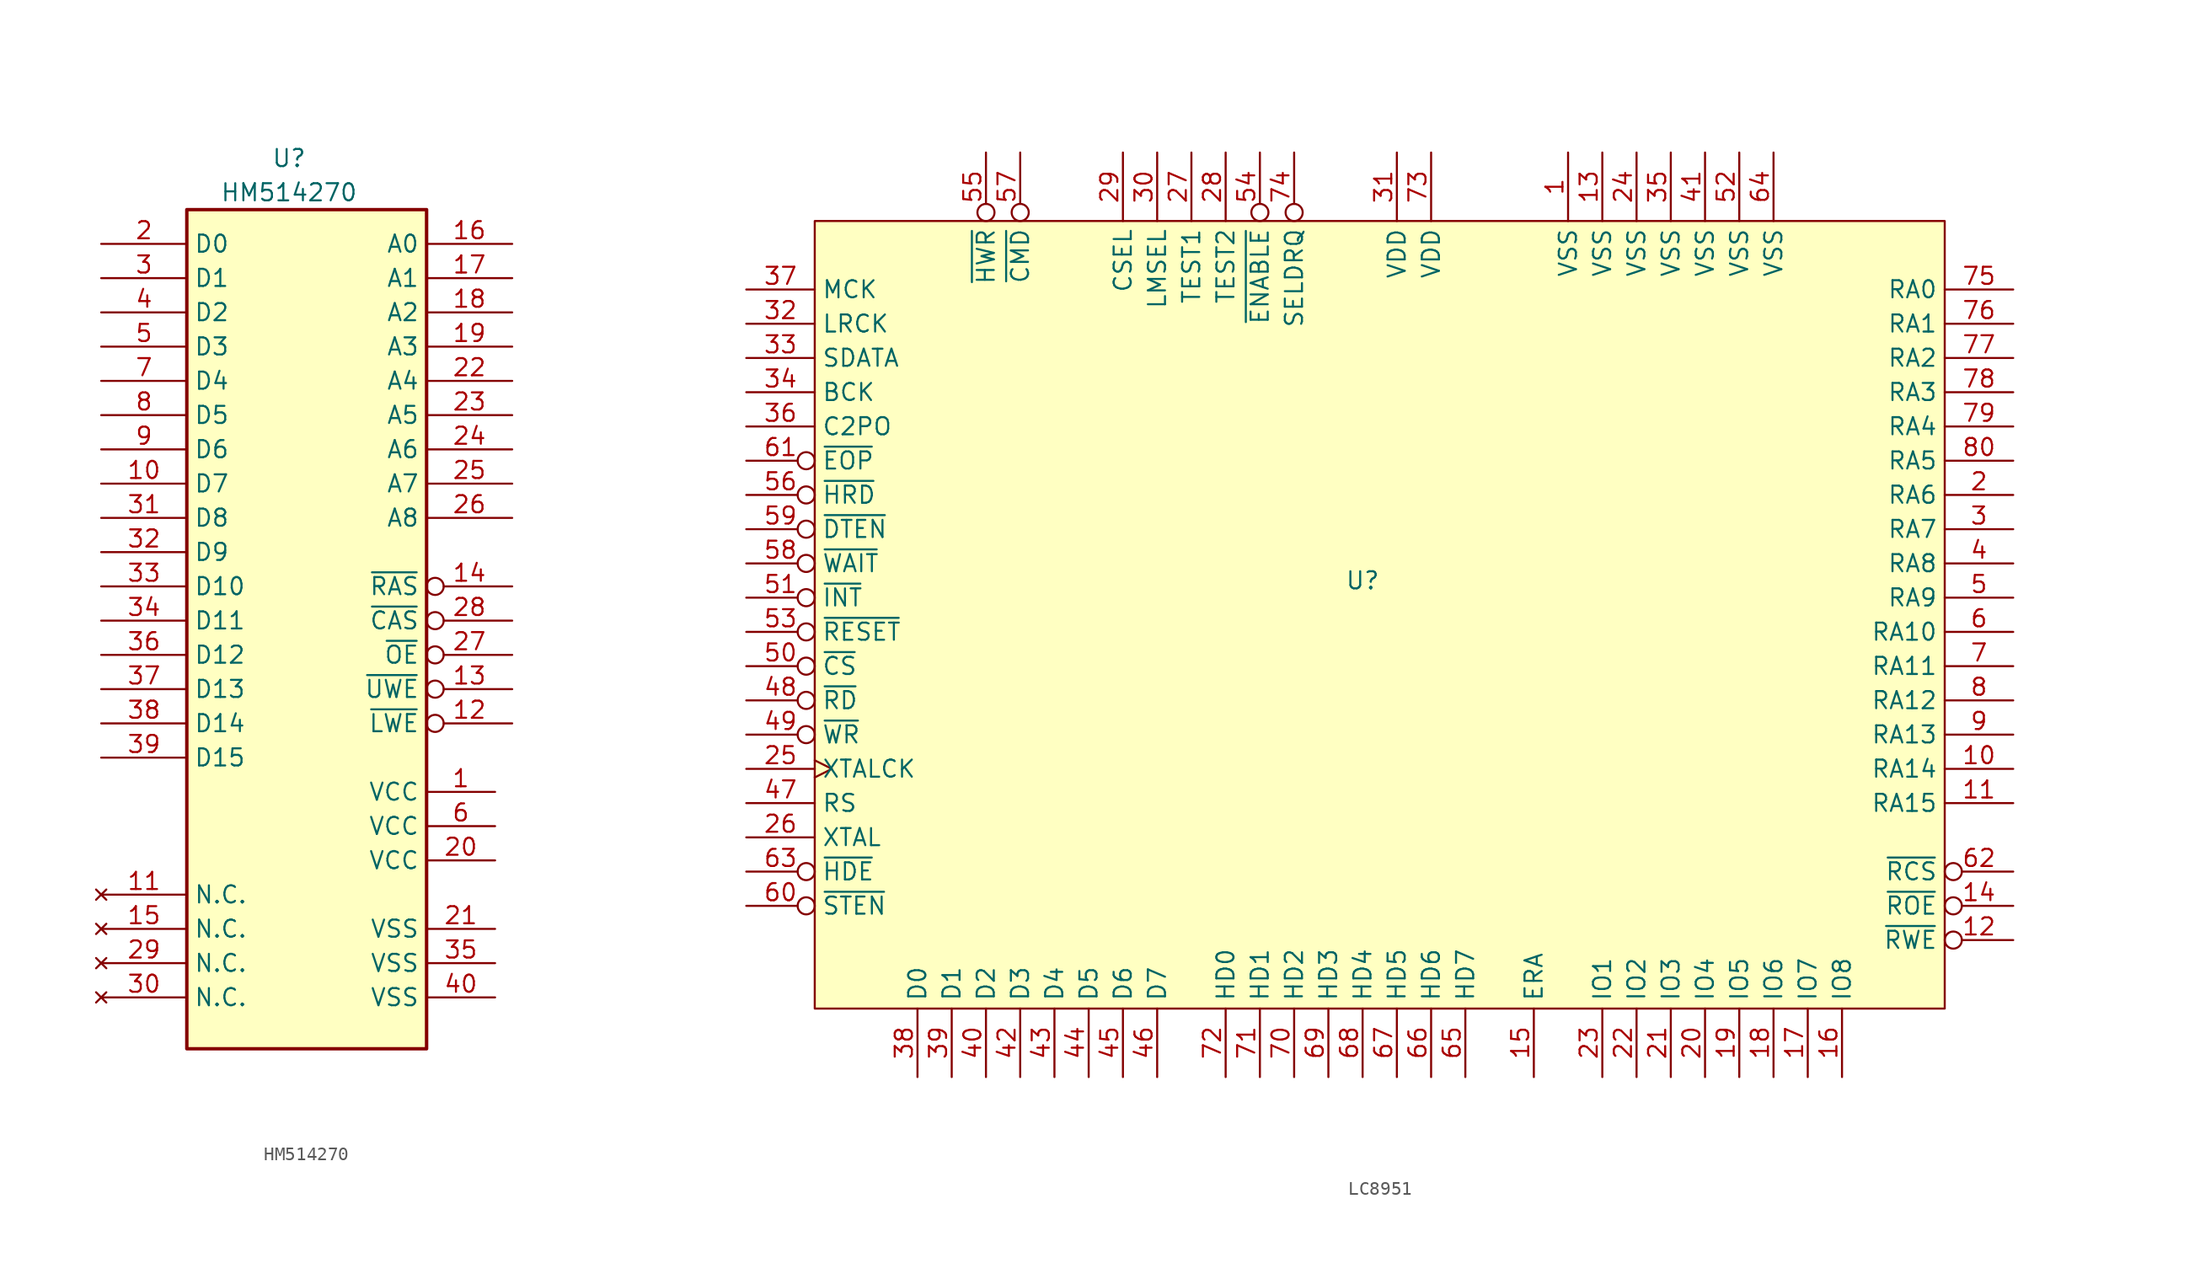
<source format=kicad_sym>
(kicad_symbol_lib
  (version 20220914)
  (generator kicad_symbol_editor)
  (symbol "HM514270"
    (property "Reference" "U"
      (at 0 36.83 0)
      (effects (font (size 1.27 1.27)) (justify right)))
    (property "Value" "HM514270"
      (at 3.81 34.29 0)
      (effects (font (size 1.27 1.27)) (justify right)))
    (symbol "HM514270_0_1"
      (rectangle (start -8.89 33.02) (end 8.89 -29.21) (stroke (width 0.254) (type default)) (fill (type background))))
    (symbol "HM514270_1_1"
      (pin power_in line (at 13.97 -10.16 180) (length 5.08) (name "VCC" (effects (font (size 1.27 1.27)))) (number "1" (effects (font (size 1.27 1.27)))))
      (pin tri_state line (at -15.24 12.7 0) (length 6.35) (name "D7" (effects (font (size 1.27 1.27)))) (number "10" (effects (font (size 1.27 1.27)))))
      (pin no_connect line (at -15.24 -17.78 0) (length 6.35) (name "N.C." (effects (font (size 1.27 1.27)))) (number "11" (effects (font (size 1.27 1.27)))))
      (pin input inverted (at 15.24 -5.08 180) (length 6.35) (name "~{LWE}" (effects (font (size 1.27 1.27)))) (number "12" (effects (font (size 1.27 1.27)))))
      (pin input inverted (at 15.24 -2.54 180) (length 6.35) (name "~{UWE}" (effects (font (size 1.27 1.27)))) (number "13" (effects (font (size 1.27 1.27)))))
      (pin input inverted (at 15.24 5.08 180) (length 6.35) (name "~{RAS}" (effects (font (size 1.27 1.27)))) (number "14" (effects (font (size 1.27 1.27)))))
      (pin no_connect line (at -15.24 -20.32 0) (length 6.35) (name "N.C." (effects (font (size 1.27 1.27)))) (number "15" (effects (font (size 1.27 1.27)))))
      (pin input line (at 15.24 30.48 180) (length 6.35) (name "A0" (effects (font (size 1.27 1.27)))) (number "16" (effects (font (size 1.27 1.27)))))
      (pin input line (at 15.24 27.94 180) (length 6.35) (name "A1" (effects (font (size 1.27 1.27)))) (number "17" (effects (font (size 1.27 1.27)))))
      (pin input line (at 15.24 25.4 180) (length 6.35) (name "A2" (effects (font (size 1.27 1.27)))) (number "18" (effects (font (size 1.27 1.27)))))
      (pin input line (at 15.24 22.86 180) (length 6.35) (name "A3" (effects (font (size 1.27 1.27)))) (number "19" (effects (font (size 1.27 1.27)))))
      (pin tri_state line (at -15.24 30.48 0) (length 6.35) (name "D0" (effects (font (size 1.27 1.27)))) (number "2" (effects (font (size 1.27 1.27)))))
      (pin power_in line (at 13.97 -15.24 180) (length 5.08) (name "VCC" (effects (font (size 1.27 1.27)))) (number "20" (effects (font (size 1.27 1.27)))))
      (pin power_in line (at 13.97 -20.32 180) (length 5.08) (name "VSS" (effects (font (size 1.27 1.27)))) (number "21" (effects (font (size 1.27 1.27)))))
      (pin input line (at 15.24 20.32 180) (length 6.35) (name "A4" (effects (font (size 1.27 1.27)))) (number "22" (effects (font (size 1.27 1.27)))))
      (pin input line (at 15.24 17.78 180) (length 6.35) (name "A5" (effects (font (size 1.27 1.27)))) (number "23" (effects (font (size 1.27 1.27)))))
      (pin input line (at 15.24 15.24 180) (length 6.35) (name "A6" (effects (font (size 1.27 1.27)))) (number "24" (effects (font (size 1.27 1.27)))))
      (pin input line (at 15.24 12.7 180) (length 6.35) (name "A7" (effects (font (size 1.27 1.27)))) (number "25" (effects (font (size 1.27 1.27)))))
      (pin input line (at 15.24 10.16 180) (length 6.35) (name "A8" (effects (font (size 1.27 1.27)))) (number "26" (effects (font (size 1.27 1.27)))))
      (pin input inverted (at 15.24 0 180) (length 6.35) (name "~{OE}" (effects (font (size 1.27 1.27)))) (number "27" (effects (font (size 1.27 1.27)))))
      (pin input inverted (at 15.24 2.54 180) (length 6.35) (name "~{CAS}" (effects (font (size 1.27 1.27)))) (number "28" (effects (font (size 1.27 1.27)))))
      (pin no_connect line (at -15.24 -22.86 0) (length 6.35) (name "N.C." (effects (font (size 1.27 1.27)))) (number "29" (effects (font (size 1.27 1.27)))))
      (pin tri_state line (at -15.24 27.94 0) (length 6.35) (name "D1" (effects (font (size 1.27 1.27)))) (number "3" (effects (font (size 1.27 1.27)))))
      (pin no_connect line (at -15.24 -25.4 0) (length 6.35) (name "N.C." (effects (font (size 1.27 1.27)))) (number "30" (effects (font (size 1.27 1.27)))))
      (pin tri_state line (at -15.24 10.16 0) (length 6.35) (name "D8" (effects (font (size 1.27 1.27)))) (number "31" (effects (font (size 1.27 1.27)))))
      (pin tri_state line (at -15.24 7.62 0) (length 6.35) (name "D9" (effects (font (size 1.27 1.27)))) (number "32" (effects (font (size 1.27 1.27)))))
      (pin tri_state line (at -15.24 5.08 0) (length 6.35) (name "D10" (effects (font (size 1.27 1.27)))) (number "33" (effects (font (size 1.27 1.27)))))
      (pin tri_state line (at -15.24 2.54 0) (length 6.35) (name "D11" (effects (font (size 1.27 1.27)))) (number "34" (effects (font (size 1.27 1.27)))))
      (pin power_in line (at 13.97 -22.86 180) (length 5.08) (name "VSS" (effects (font (size 1.27 1.27)))) (number "35" (effects (font (size 1.27 1.27)))))
      (pin tri_state line (at -15.24 0 0) (length 6.35) (name "D12" (effects (font (size 1.27 1.27)))) (number "36" (effects (font (size 1.27 1.27)))))
      (pin tri_state line (at -15.24 -2.54 0) (length 6.35) (name "D13" (effects (font (size 1.27 1.27)))) (number "37" (effects (font (size 1.27 1.27)))))
      (pin tri_state line (at -15.24 -5.08 0) (length 6.35) (name "D14" (effects (font (size 1.27 1.27)))) (number "38" (effects (font (size 1.27 1.27)))))
      (pin tri_state line (at -15.24 -7.62 0) (length 6.35) (name "D15" (effects (font (size 1.27 1.27)))) (number "39" (effects (font (size 1.27 1.27)))))
      (pin tri_state line (at -15.24 25.4 0) (length 6.35) (name "D2" (effects (font (size 1.27 1.27)))) (number "4" (effects (font (size 1.27 1.27)))))
      (pin power_in line (at 13.97 -25.4 180) (length 5.08) (name "VSS" (effects (font (size 1.27 1.27)))) (number "40" (effects (font (size 1.27 1.27)))))
      (pin tri_state line (at -15.24 22.86 0) (length 6.35) (name "D3" (effects (font (size 1.27 1.27)))) (number "5" (effects (font (size 1.27 1.27)))))
      (pin power_in line (at 13.97 -12.7 180) (length 5.08) (name "VCC" (effects (font (size 1.27 1.27)))) (number "6" (effects (font (size 1.27 1.27)))))
      (pin tri_state line (at -15.24 20.32 0) (length 6.35) (name "D4" (effects (font (size 1.27 1.27)))) (number "7" (effects (font (size 1.27 1.27)))))
      (pin tri_state line (at -15.24 17.78 0) (length 6.35) (name "D5" (effects (font (size 1.27 1.27)))) (number "8" (effects (font (size 1.27 1.27)))))
      (pin tri_state line (at -15.24 15.24 0) (length 6.35) (name "D6" (effects (font (size 1.27 1.27)))) (number "9" (effects (font (size 1.27 1.27)))))))
  (symbol "LC8951"
    (property "Reference" "U"
      (at 0 3.81 0)
      (effects (font (size 1.27 1.27))))
    (property "Value" ""
      (at 0 0 0)
      (effects (font (size 1.27 1.27))))
    (symbol "LC8951_1_1"
      (rectangle (start -40.64 30.48) (end 43.18 -27.94) (stroke (width 0) (type default)) (fill (type background)))
      (pin power_in line (at 15.24 35.56 270) (length 5.08) (name "VSS" (effects (font (size 1.27 1.27)))) (number "1" (effects (font (size 1.27 1.27)))))
      (pin output line (at 48.26 -10.16 180) (length 5.08) (name "RA14" (effects (font (size 1.27 1.27)))) (number "10" (effects (font (size 1.27 1.27)))))
      (pin output line (at 48.26 -12.7 180) (length 5.08) (name "RA15" (effects (font (size 1.27 1.27)))) (number "11" (effects (font (size 1.27 1.27)))))
      (pin output inverted (at 48.26 -22.86 180) (length 5.08) (name "~{RWE}" (effects (font (size 1.27 1.27)))) (number "12" (effects (font (size 1.27 1.27)))))
      (pin power_in line (at 17.78 35.56 270) (length 5.08) (name "VSS" (effects (font (size 1.27 1.27)))) (number "13" (effects (font (size 1.27 1.27)))))
      (pin output inverted (at 48.26 -20.32 180) (length 5.08) (name "~{ROE}" (effects (font (size 1.27 1.27)))) (number "14" (effects (font (size 1.27 1.27)))))
      (pin passive line (at 12.7 -33.02 90) (length 5.08) (name "ERA" (effects (font (size 1.27 1.27)))) (number "15" (effects (font (size 1.27 1.27)))))
      (pin bidirectional line (at 35.56 -33.02 90) (length 5.08) (name "IO8" (effects (font (size 1.27 1.27)))) (number "16" (effects (font (size 1.27 1.27)))))
      (pin bidirectional line (at 33.02 -33.02 90) (length 5.08) (name "IO7" (effects (font (size 1.27 1.27)))) (number "17" (effects (font (size 1.27 1.27)))))
      (pin bidirectional line (at 30.48 -33.02 90) (length 5.08) (name "IO6" (effects (font (size 1.27 1.27)))) (number "18" (effects (font (size 1.27 1.27)))))
      (pin bidirectional line (at 27.94 -33.02 90) (length 5.08) (name "IO5" (effects (font (size 1.27 1.27)))) (number "19" (effects (font (size 1.27 1.27)))))
      (pin output line (at 48.26 10.16 180) (length 5.08) (name "RA6" (effects (font (size 1.27 1.27)))) (number "2" (effects (font (size 1.27 1.27)))))
      (pin bidirectional line (at 25.4 -33.02 90) (length 5.08) (name "IO4" (effects (font (size 1.27 1.27)))) (number "20" (effects (font (size 1.27 1.27)))))
      (pin bidirectional line (at 22.86 -33.02 90) (length 5.08) (name "IO3" (effects (font (size 1.27 1.27)))) (number "21" (effects (font (size 1.27 1.27)))))
      (pin bidirectional line (at 20.32 -33.02 90) (length 5.08) (name "IO2" (effects (font (size 1.27 1.27)))) (number "22" (effects (font (size 1.27 1.27)))))
      (pin bidirectional line (at 17.78 -33.02 90) (length 5.08) (name "IO1" (effects (font (size 1.27 1.27)))) (number "23" (effects (font (size 1.27 1.27)))))
      (pin power_in line (at 20.32 35.56 270) (length 5.08) (name "VSS" (effects (font (size 1.27 1.27)))) (number "24" (effects (font (size 1.27 1.27)))))
      (pin input clock (at -45.72 -10.16 0) (length 5.08) (name "XTALCK" (effects (font (size 1.27 1.27)))) (number "25" (effects (font (size 1.27 1.27)))))
      (pin input line (at -45.72 -15.24 0) (length 5.08) (name "XTAL" (effects (font (size 1.27 1.27)))) (number "26" (effects (font (size 1.27 1.27)))))
      (pin passive line (at -12.7 35.56 270) (length 5.08) (name "TEST1" (effects (font (size 1.27 1.27)))) (number "27" (effects (font (size 1.27 1.27)))))
      (pin passive line (at -10.16 35.56 270) (length 5.08) (name "TEST2" (effects (font (size 1.27 1.27)))) (number "28" (effects (font (size 1.27 1.27)))))
      (pin passive line (at -17.78 35.56 270) (length 5.08) (name "CSEL" (effects (font (size 1.27 1.27)))) (number "29" (effects (font (size 1.27 1.27)))))
      (pin output line (at 48.26 7.62 180) (length 5.08) (name "RA7" (effects (font (size 1.27 1.27)))) (number "3" (effects (font (size 1.27 1.27)))))
      (pin passive line (at -15.24 35.56 270) (length 5.08) (name "LMSEL" (effects (font (size 1.27 1.27)))) (number "30" (effects (font (size 1.27 1.27)))))
      (pin power_in line (at 2.54 35.56 270) (length 5.08) (name "VDD" (effects (font (size 1.27 1.27)))) (number "31" (effects (font (size 1.27 1.27)))))
      (pin input line (at -45.72 22.86 0) (length 5.08) (name "LRCK" (effects (font (size 1.27 1.27)))) (number "32" (effects (font (size 1.27 1.27)))))
      (pin input line (at -45.72 20.32 0) (length 5.08) (name "SDATA" (effects (font (size 1.27 1.27)))) (number "33" (effects (font (size 1.27 1.27)))))
      (pin input line (at -45.72 17.78 0) (length 5.08) (name "BCK" (effects (font (size 1.27 1.27)))) (number "34" (effects (font (size 1.27 1.27)))))
      (pin power_in line (at 22.86 35.56 270) (length 5.08) (name "VSS" (effects (font (size 1.27 1.27)))) (number "35" (effects (font (size 1.27 1.27)))))
      (pin input line (at -45.72 15.24 0) (length 5.08) (name "C2PO" (effects (font (size 1.27 1.27)))) (number "36" (effects (font (size 1.27 1.27)))))
      (pin input line (at -45.72 25.4 0) (length 5.08) (name "MCK" (effects (font (size 1.27 1.27)))) (number "37" (effects (font (size 1.27 1.27)))))
      (pin bidirectional line (at -33.02 -33.02 90) (length 5.08) (name "D0" (effects (font (size 1.27 1.27)))) (number "38" (effects (font (size 1.27 1.27)))))
      (pin bidirectional line (at -30.48 -33.02 90) (length 5.08) (name "D1" (effects (font (size 1.27 1.27)))) (number "39" (effects (font (size 1.27 1.27)))))
      (pin output line (at 48.26 5.08 180) (length 5.08) (name "RA8" (effects (font (size 1.27 1.27)))) (number "4" (effects (font (size 1.27 1.27)))))
      (pin bidirectional line (at -27.94 -33.02 90) (length 5.08) (name "D2" (effects (font (size 1.27 1.27)))) (number "40" (effects (font (size 1.27 1.27)))))
      (pin power_in line (at 25.4 35.56 270) (length 5.08) (name "VSS" (effects (font (size 1.27 1.27)))) (number "41" (effects (font (size 1.27 1.27)))))
      (pin bidirectional line (at -25.4 -33.02 90) (length 5.08) (name "D3" (effects (font (size 1.27 1.27)))) (number "42" (effects (font (size 1.27 1.27)))))
      (pin bidirectional line (at -22.86 -33.02 90) (length 5.08) (name "D4" (effects (font (size 1.27 1.27)))) (number "43" (effects (font (size 1.27 1.27)))))
      (pin bidirectional line (at -20.32 -33.02 90) (length 5.08) (name "D5" (effects (font (size 1.27 1.27)))) (number "44" (effects (font (size 1.27 1.27)))))
      (pin bidirectional line (at -17.78 -33.02 90) (length 5.08) (name "D6" (effects (font (size 1.27 1.27)))) (number "45" (effects (font (size 1.27 1.27)))))
      (pin bidirectional line (at -15.24 -33.02 90) (length 5.08) (name "D7" (effects (font (size 1.27 1.27)))) (number "46" (effects (font (size 1.27 1.27)))))
      (pin input line (at -45.72 -12.7 0) (length 5.08) (name "RS" (effects (font (size 1.27 1.27)))) (number "47" (effects (font (size 1.27 1.27)))))
      (pin input inverted (at -45.72 -5.08 0) (length 5.08) (name "~{RD}" (effects (font (size 1.27 1.27)))) (number "48" (effects (font (size 1.27 1.27)))))
      (pin input inverted (at -45.72 -7.62 0) (length 5.08) (name "~{WR}" (effects (font (size 1.27 1.27)))) (number "49" (effects (font (size 1.27 1.27)))))
      (pin output line (at 48.26 2.54 180) (length 5.08) (name "RA9" (effects (font (size 1.27 1.27)))) (number "5" (effects (font (size 1.27 1.27)))))
      (pin input inverted (at -45.72 -2.54 0) (length 5.08) (name "~{CS}" (effects (font (size 1.27 1.27)))) (number "50" (effects (font (size 1.27 1.27)))))
      (pin input inverted (at -45.72 2.54 0) (length 5.08) (name "~{INT}" (effects (font (size 1.27 1.27)))) (number "51" (effects (font (size 1.27 1.27)))))
      (pin power_in line (at 27.94 35.56 270) (length 5.08) (name "VSS" (effects (font (size 1.27 1.27)))) (number "52" (effects (font (size 1.27 1.27)))))
      (pin input inverted (at -45.72 0 0) (length 5.08) (name "~{RESET}" (effects (font (size 1.27 1.27)))) (number "53" (effects (font (size 1.27 1.27)))))
      (pin input inverted (at -7.62 35.56 270) (length 5.08) (name "~{ENABLE}" (effects (font (size 1.27 1.27)))) (number "54" (effects (font (size 1.27 1.27)))))
      (pin input inverted (at -27.94 35.56 270) (length 5.08) (name "~{HWR}" (effects (font (size 1.27 1.27)))) (number "55" (effects (font (size 1.27 1.27)))))
      (pin input inverted (at -45.72 10.16 0) (length 5.08) (name "~{HRD}" (effects (font (size 1.27 1.27)))) (number "56" (effects (font (size 1.27 1.27)))))
      (pin input inverted (at -25.4 35.56 270) (length 5.08) (name "~{CMD}" (effects (font (size 1.27 1.27)))) (number "57" (effects (font (size 1.27 1.27)))))
      (pin input inverted (at -45.72 5.08 0) (length 5.08) (name "~{WAIT}" (effects (font (size 1.27 1.27)))) (number "58" (effects (font (size 1.27 1.27)))))
      (pin input inverted (at -45.72 7.62 0) (length 5.08) (name "~{DTEN}" (effects (font (size 1.27 1.27)))) (number "59" (effects (font (size 1.27 1.27)))))
      (pin output line (at 48.26 0 180) (length 5.08) (name "RA10" (effects (font (size 1.27 1.27)))) (number "6" (effects (font (size 1.27 1.27)))))
      (pin input inverted (at -45.72 -20.32 0) (length 5.08) (name "~{STEN}" (effects (font (size 1.27 1.27)))) (number "60" (effects (font (size 1.27 1.27)))))
      (pin input inverted (at -45.72 12.7 0) (length 5.08) (name "~{EOP}" (effects (font (size 1.27 1.27)))) (number "61" (effects (font (size 1.27 1.27)))))
      (pin output inverted (at 48.26 -17.78 180) (length 5.08) (name "~{RCS}" (effects (font (size 1.27 1.27)))) (number "62" (effects (font (size 1.27 1.27)))))
      (pin input inverted (at -45.72 -17.78 0) (length 5.08) (name "~{HDE}" (effects (font (size 1.27 1.27)))) (number "63" (effects (font (size 1.27 1.27)))))
      (pin power_in line (at 30.48 35.56 270) (length 5.08) (name "VSS" (effects (font (size 1.27 1.27)))) (number "64" (effects (font (size 1.27 1.27)))))
      (pin bidirectional line (at 7.62 -33.02 90) (length 5.08) (name "HD7" (effects (font (size 1.27 1.27)))) (number "65" (effects (font (size 1.27 1.27)))))
      (pin bidirectional line (at 5.08 -33.02 90) (length 5.08) (name "HD6" (effects (font (size 1.27 1.27)))) (number "66" (effects (font (size 1.27 1.27)))))
      (pin bidirectional line (at 2.54 -33.02 90) (length 5.08) (name "HD5" (effects (font (size 1.27 1.27)))) (number "67" (effects (font (size 1.27 1.27)))))
      (pin bidirectional line (at 0 -33.02 90) (length 5.08) (name "HD4" (effects (font (size 1.27 1.27)))) (number "68" (effects (font (size 1.27 1.27)))))
      (pin bidirectional line (at -2.54 -33.02 90) (length 5.08) (name "HD3" (effects (font (size 1.27 1.27)))) (number "69" (effects (font (size 1.27 1.27)))))
      (pin output line (at 48.26 -2.54 180) (length 5.08) (name "RA11" (effects (font (size 1.27 1.27)))) (number "7" (effects (font (size 1.27 1.27)))))
      (pin bidirectional line (at -5.08 -33.02 90) (length 5.08) (name "HD2" (effects (font (size 1.27 1.27)))) (number "70" (effects (font (size 1.27 1.27)))))
      (pin bidirectional line (at -7.62 -33.02 90) (length 5.08) (name "HD1" (effects (font (size 1.27 1.27)))) (number "71" (effects (font (size 1.27 1.27)))))
      (pin bidirectional line (at -10.16 -33.02 90) (length 5.08) (name "HD0" (effects (font (size 1.27 1.27)))) (number "72" (effects (font (size 1.27 1.27)))))
      (pin power_in line (at 5.08 35.56 270) (length 5.08) (name "VDD" (effects (font (size 1.27 1.27)))) (number "73" (effects (font (size 1.27 1.27)))))
      (pin input inverted (at -5.08 35.56 270) (length 5.08) (name "SELDRQ" (effects (font (size 1.27 1.27)))) (number "74" (effects (font (size 1.27 1.27)))))
      (pin output line (at 48.26 25.4 180) (length 5.08) (name "RA0" (effects (font (size 1.27 1.27)))) (number "75" (effects (font (size 1.27 1.27)))))
      (pin output line (at 48.26 22.86 180) (length 5.08) (name "RA1" (effects (font (size 1.27 1.27)))) (number "76" (effects (font (size 1.27 1.27)))))
      (pin output line (at 48.26 20.32 180) (length 5.08) (name "RA2" (effects (font (size 1.27 1.27)))) (number "77" (effects (font (size 1.27 1.27)))))
      (pin output line (at 48.26 17.78 180) (length 5.08) (name "RA3" (effects (font (size 1.27 1.27)))) (number "78" (effects (font (size 1.27 1.27)))))
      (pin output line (at 48.26 15.24 180) (length 5.08) (name "RA4" (effects (font (size 1.27 1.27)))) (number "79" (effects (font (size 1.27 1.27)))))
      (pin output line (at 48.26 -5.08 180) (length 5.08) (name "RA12" (effects (font (size 1.27 1.27)))) (number "8" (effects (font (size 1.27 1.27)))))
      (pin output line (at 48.26 12.7 180) (length 5.08) (name "RA5" (effects (font (size 1.27 1.27)))) (number "80" (effects (font (size 1.27 1.27)))))
      (pin output line (at 48.26 -7.62 180) (length 5.08) (name "RA13" (effects (font (size 1.27 1.27)))) (number "9" (effects (font (size 1.27 1.27))))))))
</source>
